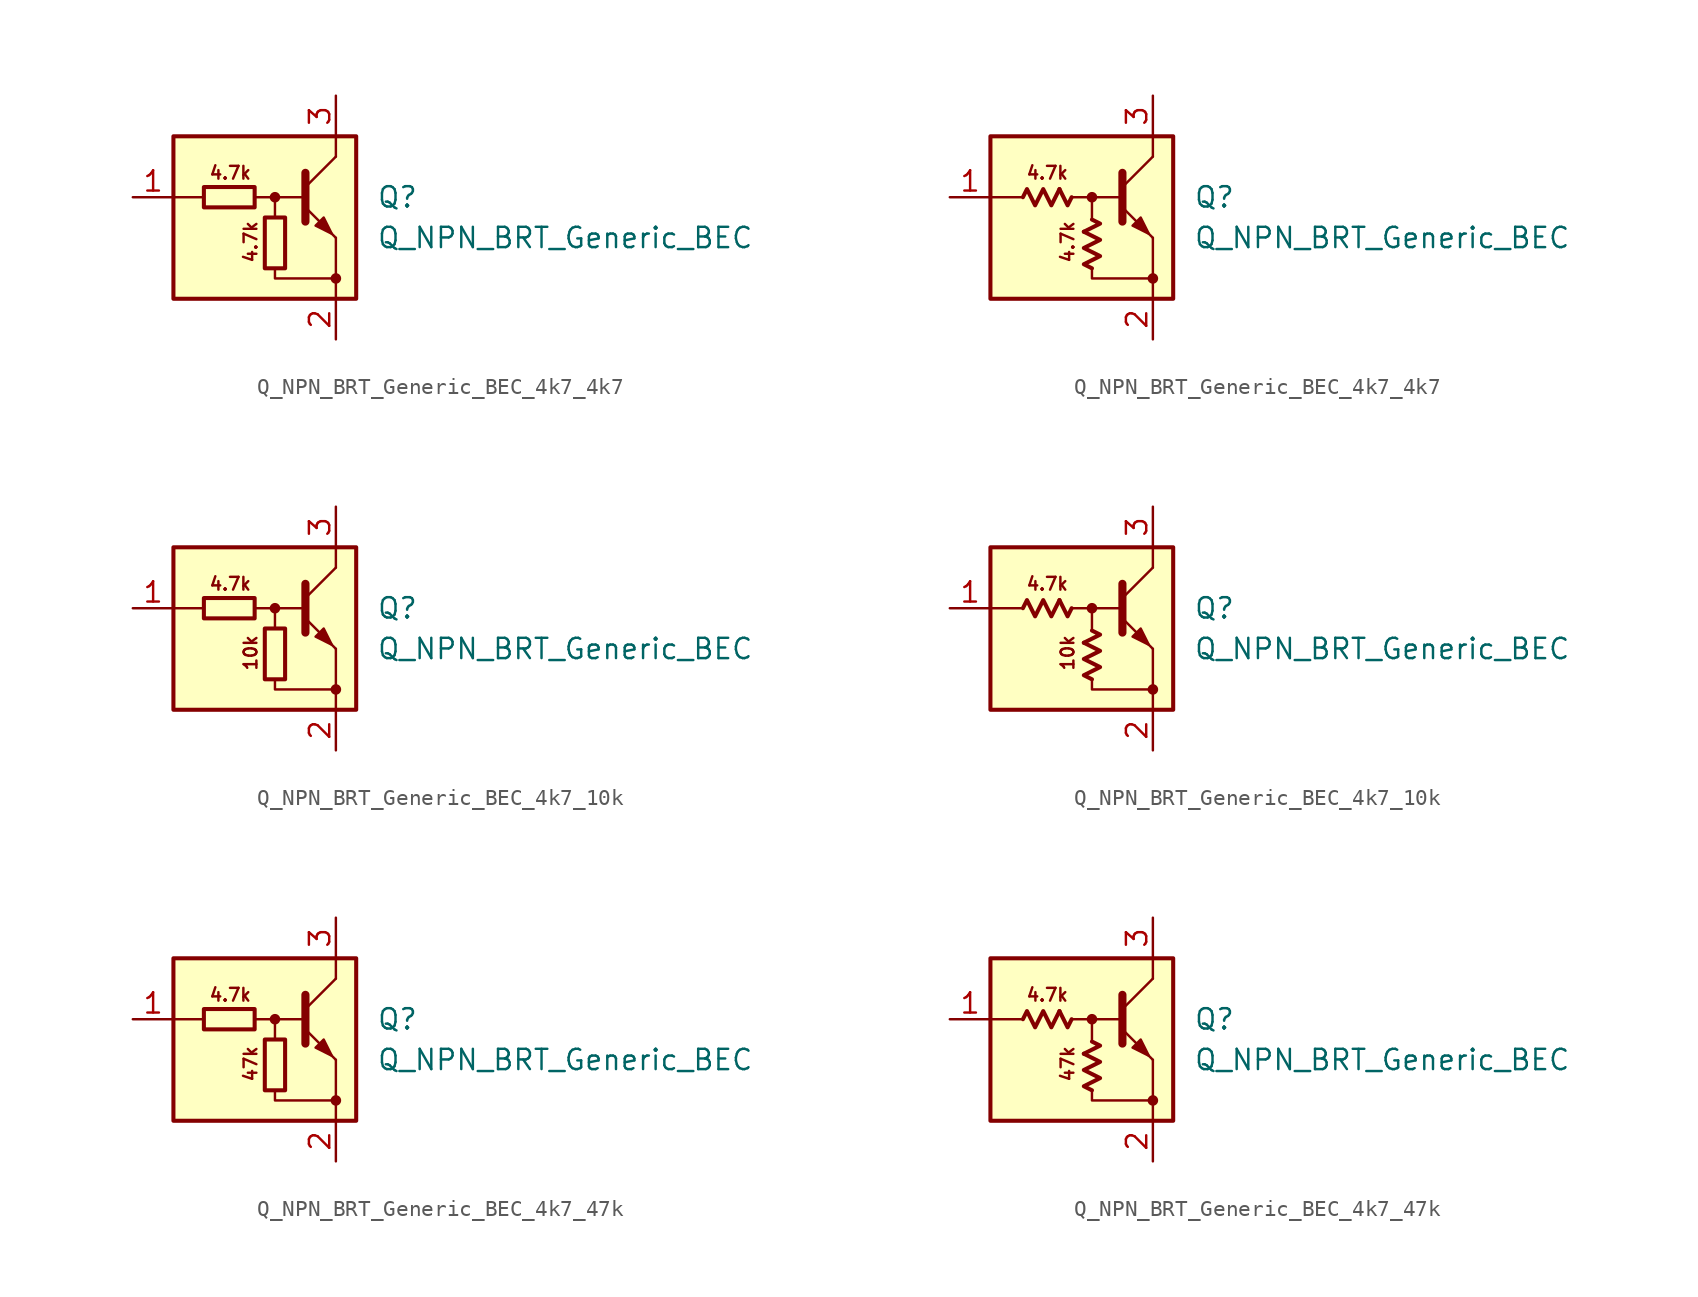
<source format=kicad_sym>
(kicad_symbol_lib
  (version 20220914)
  (generator kicad_symbol_editor)
  (symbol "Q_NPN_BRT_Generic_BEC_4k7_4k7"
    (pin_names hide)
    (property "Reference" "Q"
      (at 6.35 1.27 0)
      (effects (font (size 1.27 1.27)) (justify left)))
    (property "Value" "Q_NPN_BRT_Generic_BEC"
      (at 6.35 -1.27 0)
      (effects (font (size 1.27 1.27)) (justify left)))
    (symbol "Q_NPN_BRT_Generic_BEC_4k7_4k7_0_1"
      (rectangle (start -4.445 1.905) (end -1.27 0.635) (stroke (width 0.254) (type default)) (fill (type none)))
      (rectangle (start -0.635 0) (end 0.635 -3.175) (stroke (width 0.254) (type default)) (fill (type none))))
    (symbol "Q_NPN_BRT_Generic_BEC_4k7_4k7_0_2"
      (polyline (pts (xy -2.032 1.778) (xy -1.524 0.762) (xy -1.27 1.27)) (stroke (width 0.254) (type default)) (fill (type none)))
      (polyline (pts (xy -0.508 -0.889) (xy 0.508 -0.381) (xy 0 -0.127)) (stroke (width 0.254) (type default)) (fill (type none)))
      (polyline (pts (xy -4.318 1.27) (xy -4.064 1.778) (xy -3.556 0.762) (xy -3.048 1.778) (xy -2.54 0.762) (xy -2.032 1.778)) (stroke (width 0.254) (type default)) (fill (type none)))
      (polyline (pts (xy 0 -3.175) (xy -0.508 -2.921) (xy 0.508 -2.413) (xy -0.508 -1.905) (xy 0.508 -1.397) (xy -0.508 -0.889)) (stroke (width 0.254) (type default)) (fill (type none))))
    (symbol "Q_NPN_BRT_Generic_BEC_4k7_4k7_1_0"
      (rectangle (start -6.35 5.08) (end 5.08 -5.08) (stroke (width 0.254) (type default)) (fill (type background)))
      (polyline (pts (xy -4.445 1.27) (xy -6.35 1.27)) (stroke (width 0) (type default)) (fill (type none)))
      (polyline (pts (xy -0.254 1.27) (xy 1.905 1.27)) (stroke (width 0) (type default)) (fill (type none)))
      (polyline (pts (xy 1.905 1.905) (xy 3.81 3.81)) (stroke (width 0) (type default)) (fill (type none)))
      (polyline (pts (xy 1.905 2.794) (xy 1.905 -0.254)) (stroke (width 0.508) (type default)) (fill (type none)))
      (polyline (pts (xy 3.81 -3.81) (xy 3.81 -5.08)) (stroke (width 0) (type default)) (fill (type none)))
      (polyline (pts (xy 3.81 -3.81) (xy 3.81 -1.27)) (stroke (width 0) (type default)) (fill (type none)))
      (polyline (pts (xy 3.81 3.81) (xy 3.81 5.08)) (stroke (width 0) (type default)) (fill (type none)))
      (polyline (pts (xy -1.27 1.27) (xy 0 1.27) (xy 0 0)) (stroke (width 0) (type default)) (fill (type none)))
      (polyline (pts (xy 0 -3.175) (xy 0 -3.81) (xy 3.81 -3.81)) (stroke (width 0) (type default)) (fill (type none)))
      (polyline (pts (xy 1.905 0.635) (xy 3.81 -1.27) (xy 3.81 -1.27)) (stroke (width 0) (type default)) (fill (type none)))
      (polyline (pts (xy 2.54 -0.508) (xy 3.048 0) (xy 3.556 -1.016) (xy 2.54 -0.508) (xy 2.54 -0.508)) (stroke (width 0) (type default)) (fill (type outline)))
      (circle (center 0 1.27) (radius 0.254) (stroke (width 0) (type default)) (fill (type outline)))
      (circle (center 3.81 -3.81) (radius 0.254) (stroke (width 0) (type default)) (fill (type outline)))
      (text "4.7k" (at -2.794 2.794 0) (effects (font (size 0.8 0.8))))
      (text "4.7k" (at -1.524 -1.524 900) (effects (font (size 0.8 0.8)))))
    (symbol "Q_NPN_BRT_Generic_BEC_4k7_4k7_1_1"
      (pin input line (at -8.89 1.27 0) (length 2.54) (name "B" (effects (font (size 1.27 1.27)))) (number "1" (effects (font (size 1.27 1.27)))))
      (pin passive line (at 3.81 -7.62 90) (length 2.54) (name "E" (effects (font (size 1.27 1.27)))) (number "2" (effects (font (size 1.27 1.27)))))
      (pin passive line (at 3.81 7.62 270) (length 2.54) (name "C" (effects (font (size 1.27 1.27)))) (number "3" (effects (font (size 1.27 1.27))))))
    (symbol "Q_NPN_BRT_Generic_BEC_4k7_4k7_1_2"
      (pin input line (at -8.89 1.27 0) (length 2.54) (name "B" (effects (font (size 1.27 1.27)))) (number "1" (effects (font (size 1.27 1.27)))))
      (pin passive line (at 3.81 -7.62 90) (length 2.54) (name "E" (effects (font (size 1.27 1.27)))) (number "2" (effects (font (size 1.27 1.27)))))
      (pin passive line (at 3.81 7.62 270) (length 2.54) (name "C" (effects (font (size 1.27 1.27)))) (number "3" (effects (font (size 1.27 1.27)))))))
  (symbol "Q_NPN_BRT_Generic_BEC_4k7_10k"
    (pin_names hide)
    (property "Reference" "Q"
      (at 6.35 1.27 0)
      (effects (font (size 1.27 1.27)) (justify left)))
    (property "Value" "Q_NPN_BRT_Generic_BEC"
      (at 6.35 -1.27 0)
      (effects (font (size 1.27 1.27)) (justify left)))
    (symbol "Q_NPN_BRT_Generic_BEC_4k7_10k_0_1"
      (rectangle (start -4.445 1.905) (end -1.27 0.635) (stroke (width 0.254) (type default)) (fill (type none)))
      (rectangle (start -0.635 0) (end 0.635 -3.175) (stroke (width 0.254) (type default)) (fill (type none))))
    (symbol "Q_NPN_BRT_Generic_BEC_4k7_10k_0_2"
      (polyline (pts (xy -2.032 1.778) (xy -1.524 0.762) (xy -1.27 1.27)) (stroke (width 0.254) (type default)) (fill (type none)))
      (polyline (pts (xy -0.508 -0.889) (xy 0.508 -0.381) (xy 0 -0.127)) (stroke (width 0.254) (type default)) (fill (type none)))
      (polyline (pts (xy -4.318 1.27) (xy -4.064 1.778) (xy -3.556 0.762) (xy -3.048 1.778) (xy -2.54 0.762) (xy -2.032 1.778)) (stroke (width 0.254) (type default)) (fill (type none)))
      (polyline (pts (xy 0 -3.175) (xy -0.508 -2.921) (xy 0.508 -2.413) (xy -0.508 -1.905) (xy 0.508 -1.397) (xy -0.508 -0.889)) (stroke (width 0.254) (type default)) (fill (type none))))
    (symbol "Q_NPN_BRT_Generic_BEC_4k7_10k_1_0"
      (rectangle (start -6.35 5.08) (end 5.08 -5.08) (stroke (width 0.254) (type default)) (fill (type background)))
      (polyline (pts (xy -4.445 1.27) (xy -6.35 1.27)) (stroke (width 0) (type default)) (fill (type none)))
      (polyline (pts (xy -0.254 1.27) (xy 1.905 1.27)) (stroke (width 0) (type default)) (fill (type none)))
      (polyline (pts (xy 1.905 1.905) (xy 3.81 3.81)) (stroke (width 0) (type default)) (fill (type none)))
      (polyline (pts (xy 1.905 2.794) (xy 1.905 -0.254)) (stroke (width 0.508) (type default)) (fill (type none)))
      (polyline (pts (xy 3.81 -3.81) (xy 3.81 -5.08)) (stroke (width 0) (type default)) (fill (type none)))
      (polyline (pts (xy 3.81 -3.81) (xy 3.81 -1.27)) (stroke (width 0) (type default)) (fill (type none)))
      (polyline (pts (xy 3.81 3.81) (xy 3.81 5.08)) (stroke (width 0) (type default)) (fill (type none)))
      (polyline (pts (xy -1.27 1.27) (xy 0 1.27) (xy 0 0)) (stroke (width 0) (type default)) (fill (type none)))
      (polyline (pts (xy 0 -3.175) (xy 0 -3.81) (xy 3.81 -3.81)) (stroke (width 0) (type default)) (fill (type none)))
      (polyline (pts (xy 1.905 0.635) (xy 3.81 -1.27) (xy 3.81 -1.27)) (stroke (width 0) (type default)) (fill (type none)))
      (polyline (pts (xy 2.54 -0.508) (xy 3.048 0) (xy 3.556 -1.016) (xy 2.54 -0.508) (xy 2.54 -0.508)) (stroke (width 0) (type default)) (fill (type outline)))
      (circle (center 0 1.27) (radius 0.254) (stroke (width 0) (type default)) (fill (type outline)))
      (circle (center 3.81 -3.81) (radius 0.254) (stroke (width 0) (type default)) (fill (type outline)))
      (text "10k" (at -1.524 -1.524 900) (effects (font (size 0.8 0.8))))
      (text "4.7k" (at -2.794 2.794 0) (effects (font (size 0.8 0.8)))))
    (symbol "Q_NPN_BRT_Generic_BEC_4k7_10k_1_1"
      (pin input line (at -8.89 1.27 0) (length 2.54) (name "B" (effects (font (size 1.27 1.27)))) (number "1" (effects (font (size 1.27 1.27)))))
      (pin passive line (at 3.81 -7.62 90) (length 2.54) (name "E" (effects (font (size 1.27 1.27)))) (number "2" (effects (font (size 1.27 1.27)))))
      (pin passive line (at 3.81 7.62 270) (length 2.54) (name "C" (effects (font (size 1.27 1.27)))) (number "3" (effects (font (size 1.27 1.27))))))
    (symbol "Q_NPN_BRT_Generic_BEC_4k7_10k_1_2"
      (pin input line (at -8.89 1.27 0) (length 2.54) (name "B" (effects (font (size 1.27 1.27)))) (number "1" (effects (font (size 1.27 1.27)))))
      (pin passive line (at 3.81 -7.62 90) (length 2.54) (name "E" (effects (font (size 1.27 1.27)))) (number "2" (effects (font (size 1.27 1.27)))))
      (pin passive line (at 3.81 7.62 270) (length 2.54) (name "C" (effects (font (size 1.27 1.27)))) (number "3" (effects (font (size 1.27 1.27)))))))
  (symbol "Q_NPN_BRT_Generic_BEC_4k7_47k"
    (pin_names hide)
    (property "Reference" "Q"
      (at 6.35 1.27 0)
      (effects (font (size 1.27 1.27)) (justify left)))
    (property "Value" "Q_NPN_BRT_Generic_BEC"
      (at 6.35 -1.27 0)
      (effects (font (size 1.27 1.27)) (justify left)))
    (symbol "Q_NPN_BRT_Generic_BEC_4k7_47k_0_1"
      (rectangle (start -4.445 1.905) (end -1.27 0.635) (stroke (width 0.254) (type default)) (fill (type none)))
      (rectangle (start -0.635 0) (end 0.635 -3.175) (stroke (width 0.254) (type default)) (fill (type none))))
    (symbol "Q_NPN_BRT_Generic_BEC_4k7_47k_0_2"
      (polyline (pts (xy -2.032 1.778) (xy -1.524 0.762) (xy -1.27 1.27)) (stroke (width 0.254) (type default)) (fill (type none)))
      (polyline (pts (xy -0.508 -0.889) (xy 0.508 -0.381) (xy 0 -0.127)) (stroke (width 0.254) (type default)) (fill (type none)))
      (polyline (pts (xy -4.318 1.27) (xy -4.064 1.778) (xy -3.556 0.762) (xy -3.048 1.778) (xy -2.54 0.762) (xy -2.032 1.778)) (stroke (width 0.254) (type default)) (fill (type none)))
      (polyline (pts (xy 0 -3.175) (xy -0.508 -2.921) (xy 0.508 -2.413) (xy -0.508 -1.905) (xy 0.508 -1.397) (xy -0.508 -0.889)) (stroke (width 0.254) (type default)) (fill (type none))))
    (symbol "Q_NPN_BRT_Generic_BEC_4k7_47k_1_0"
      (rectangle (start -6.35 5.08) (end 5.08 -5.08) (stroke (width 0.254) (type default)) (fill (type background)))
      (polyline (pts (xy -4.445 1.27) (xy -6.35 1.27)) (stroke (width 0) (type default)) (fill (type none)))
      (polyline (pts (xy -0.254 1.27) (xy 1.905 1.27)) (stroke (width 0) (type default)) (fill (type none)))
      (polyline (pts (xy 1.905 1.905) (xy 3.81 3.81)) (stroke (width 0) (type default)) (fill (type none)))
      (polyline (pts (xy 1.905 2.794) (xy 1.905 -0.254)) (stroke (width 0.508) (type default)) (fill (type none)))
      (polyline (pts (xy 3.81 -3.81) (xy 3.81 -5.08)) (stroke (width 0) (type default)) (fill (type none)))
      (polyline (pts (xy 3.81 -3.81) (xy 3.81 -1.27)) (stroke (width 0) (type default)) (fill (type none)))
      (polyline (pts (xy 3.81 3.81) (xy 3.81 5.08)) (stroke (width 0) (type default)) (fill (type none)))
      (polyline (pts (xy -1.27 1.27) (xy 0 1.27) (xy 0 0)) (stroke (width 0) (type default)) (fill (type none)))
      (polyline (pts (xy 0 -3.175) (xy 0 -3.81) (xy 3.81 -3.81)) (stroke (width 0) (type default)) (fill (type none)))
      (polyline (pts (xy 1.905 0.635) (xy 3.81 -1.27) (xy 3.81 -1.27)) (stroke (width 0) (type default)) (fill (type none)))
      (polyline (pts (xy 2.54 -0.508) (xy 3.048 0) (xy 3.556 -1.016) (xy 2.54 -0.508) (xy 2.54 -0.508)) (stroke (width 0) (type default)) (fill (type outline)))
      (circle (center 0 1.27) (radius 0.254) (stroke (width 0) (type default)) (fill (type outline)))
      (circle (center 3.81 -3.81) (radius 0.254) (stroke (width 0) (type default)) (fill (type outline)))
      (text "4.7k" (at -2.794 2.794 0) (effects (font (size 0.8 0.8))))
      (text "47k" (at -1.524 -1.524 900) (effects (font (size 0.8 0.8)))))
    (symbol "Q_NPN_BRT_Generic_BEC_4k7_47k_1_1"
      (pin input line (at -8.89 1.27 0) (length 2.54) (name "B" (effects (font (size 1.27 1.27)))) (number "1" (effects (font (size 1.27 1.27)))))
      (pin passive line (at 3.81 -7.62 90) (length 2.54) (name "E" (effects (font (size 1.27 1.27)))) (number "2" (effects (font (size 1.27 1.27)))))
      (pin passive line (at 3.81 7.62 270) (length 2.54) (name "C" (effects (font (size 1.27 1.27)))) (number "3" (effects (font (size 1.27 1.27))))))
    (symbol "Q_NPN_BRT_Generic_BEC_4k7_47k_1_2"
      (pin input line (at -8.89 1.27 0) (length 2.54) (name "B" (effects (font (size 1.27 1.27)))) (number "1" (effects (font (size 1.27 1.27)))))
      (pin passive line (at 3.81 -7.62 90) (length 2.54) (name "E" (effects (font (size 1.27 1.27)))) (number "2" (effects (font (size 1.27 1.27)))))
      (pin passive line (at 3.81 7.62 270) (length 2.54) (name "C" (effects (font (size 1.27 1.27)))) (number "3" (effects (font (size 1.27 1.27))))))))
</source>
